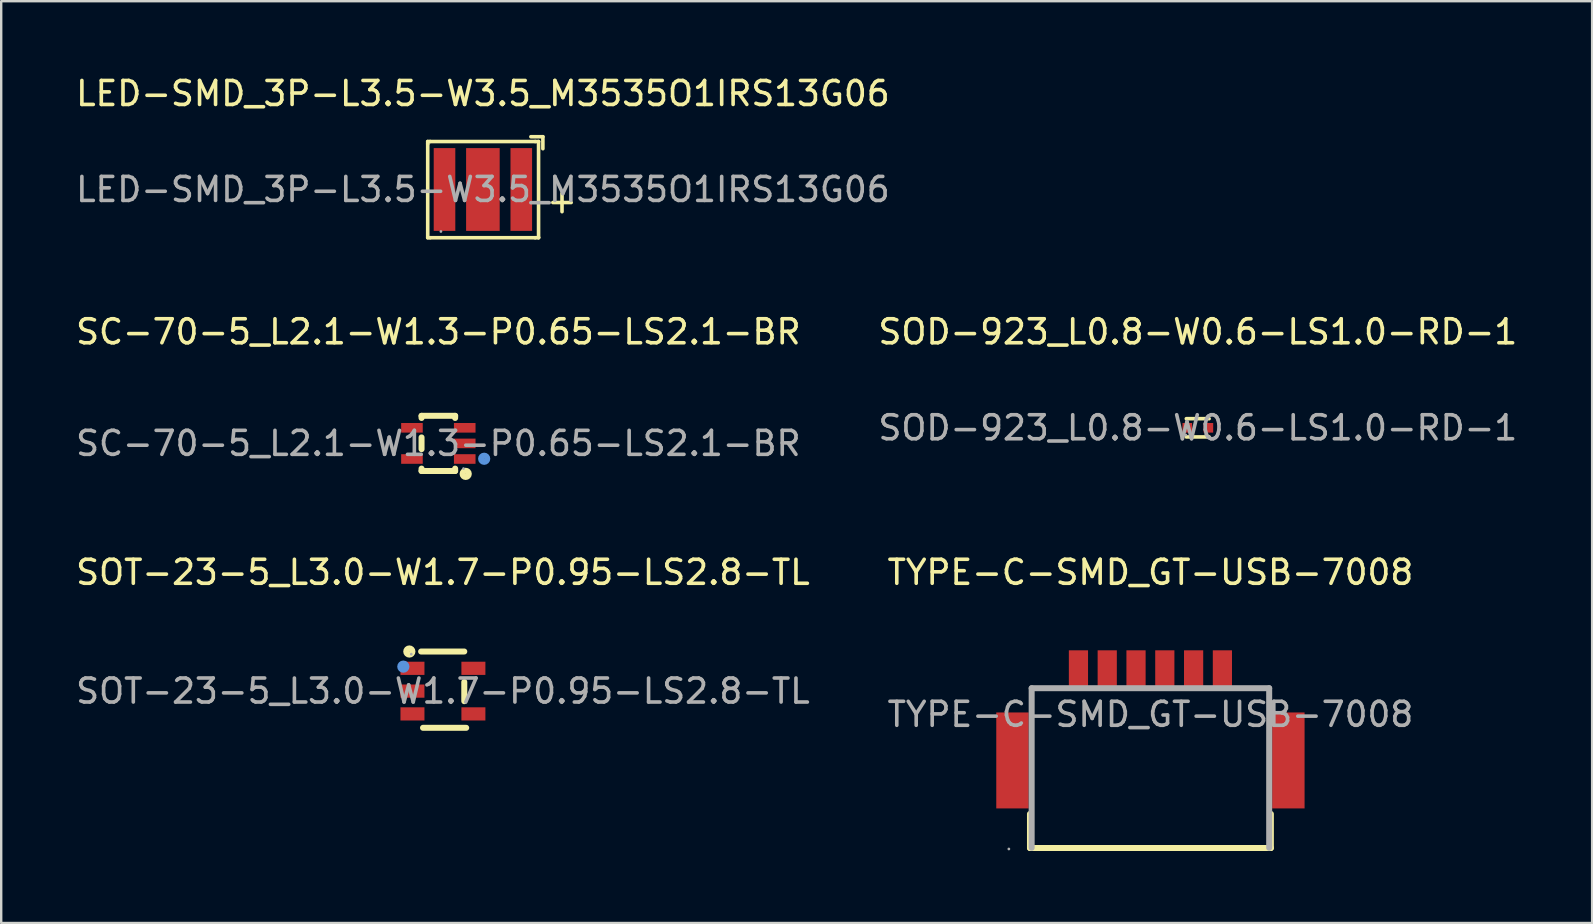
<source format=kicad_pcb>
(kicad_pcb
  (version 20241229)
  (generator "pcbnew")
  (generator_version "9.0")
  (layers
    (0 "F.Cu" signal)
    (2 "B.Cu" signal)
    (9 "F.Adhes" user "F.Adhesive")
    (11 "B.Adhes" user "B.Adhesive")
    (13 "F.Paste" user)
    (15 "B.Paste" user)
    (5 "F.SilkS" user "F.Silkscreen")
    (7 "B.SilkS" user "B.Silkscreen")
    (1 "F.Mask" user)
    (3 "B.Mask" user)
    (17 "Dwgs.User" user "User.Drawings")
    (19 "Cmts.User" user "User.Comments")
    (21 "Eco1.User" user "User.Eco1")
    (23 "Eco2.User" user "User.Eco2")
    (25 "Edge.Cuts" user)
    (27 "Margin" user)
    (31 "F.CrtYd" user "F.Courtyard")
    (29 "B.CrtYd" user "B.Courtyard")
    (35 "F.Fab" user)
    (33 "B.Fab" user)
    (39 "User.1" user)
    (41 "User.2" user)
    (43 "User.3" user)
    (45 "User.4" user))
  (footprint "TYPE-C-SMD_GT-USB-7008"
    (layer "F.Cu")
    (at 44.899 26.725)
    (property "Reference" "TYPE-C-SMD_GT-USB-7008" (at 0 -5.92 0) (layer "F.SilkS") (effects (font (size 1 1) (thickness 0.15))))
    (attr smd)
    (fp_line (start -5.02 5.57) (end -5.02 4.15) (stroke (width 0.25) (type solid)) (layer "F.SilkS"))
    (fp_line (start -5.02 5.57) (end 5.02 5.57) (stroke (width 0.25) (type solid)) (layer "F.SilkS"))
    (fp_line (start 5.02 5.57) (end 5.02 4.15) (stroke (width 0.25) (type solid)) (layer "F.SilkS"))
    (fp_line (start -4.95 -1.09) (end -4.95 5.56) (stroke (width 0.25) (type solid)) (layer "F.Fab"))
    (fp_line (start -4.95 -1.09) (end 4.95 -1.09) (stroke (width 0.25) (type solid)) (layer "F.Fab"))
    (fp_line (start 4.95 -1.09) (end 4.95 5.56) (stroke (width 0.25) (type solid)) (layer "F.Fab"))
    (fp_circle (center -5.9 5.61) (end -5.87 5.61) (stroke (width 0.06) (type solid)) (fill no) (layer "F.Fab"))
    (fp_text user "${REFERENCE}" (at 0 0 0) (layer "F.Fab") (effects (font (size 1 1) (thickness 0.15))))
    (pad "7" smd rect (at -5.75 1.92 270) (size 4 1.35) (layers "F.Cu" "F.Mask" "F.Paste"))
    (pad "8" smd rect (at 5.75 1.92 270) (size 4 1.35) (layers "F.Cu" "F.Mask" "F.Paste"))
    (pad "A5" smd rect (at -0.6 -1.92 180) (size 0.8 1.5) (layers "F.Cu" "F.Mask" "F.Paste"))
    (pad "A9" smd rect (at 1.8 -1.92 180) (size 0.8 1.5) (layers "F.Cu" "F.Mask" "F.Paste"))
    (pad "A12" smd rect (at 3 -1.92 180) (size 0.8 1.5) (layers "F.Cu" "F.Mask" "F.Paste"))
    (pad "B5" smd rect (at 0.6 -1.92 180) (size 0.8 1.5) (layers "F.Cu" "F.Mask" "F.Paste"))
    (pad "B9" smd rect (at -1.8 -1.92 180) (size 0.8 1.5) (layers "F.Cu" "F.Mask" "F.Paste"))
    (pad "B12" smd rect (at -3 -1.92 180) (size 0.8 1.5) (layers "F.Cu" "F.Mask" "F.Paste")))
  (footprint "SOD-923_L0.8-W0.6-LS1.0-RD-1"
    (layer "F.Cu")
    (at 46.875 14.781)
    (property "Reference" "SOD-923_L0.8-W0.6-LS1.0-RD-1" (at 0 -4 0) (layer "F.SilkS") (effects (font (size 1 1) (thickness 0.15))))
    (attr smd)
    (fp_line (start -0.48 -0.38) (end 0.47 -0.38) (stroke (width 0.15) (type solid)) (layer "F.SilkS"))
    (fp_line (start -0.48 0.38) (end 0.47 0.38) (stroke (width 0.15) (type solid)) (layer "F.SilkS"))
    (fp_circle (center -0.5 0.3) (end -0.47 0.3) (stroke (width 0.06) (type solid)) (fill no) (layer "F.Fab"))
    (fp_text user "${REFERENCE}" (at 0 0 0) (layer "F.Fab") (effects (font (size 1 1) (thickness 0.15))))
    (pad "1" smd rect (at -0.44 0 180) (size 0.4 0.4) (layers "F.Cu" "F.Mask" "F.Paste"))
    (pad "2" smd rect (at 0.44 0 180) (size 0.4 0.4) (layers "F.Cu" "F.Mask" "F.Paste")))
  (footprint "LED-SMD_3P-L3.5-W3.5_M3535O1IRS13G06"
    (layer "F.Cu")
    (at 17.077 4.848)
    (property "Reference" "LED-SMD_3P-L3.5-W3.5_M3535O1IRS13G06" (at 0 -4 0) (layer "F.SilkS") (effects (font (size 1 1) (thickness 0.15))))
    (attr smd)
    (fp_line (start -2.3 -2) (end -2.2 -2) (stroke (width 0.15) (type solid)) (layer "F.SilkS"))
    (fp_line (start -2.3 -1.9) (end -2.3 -2) (stroke (width 0.15) (type solid)) (layer "F.SilkS"))
    (fp_line (start -2.3 2.01) (end -2.3 -1.9) (stroke (width 0.15) (type solid)) (layer "F.SilkS"))
    (fp_line (start -2.2 2.01) (end -2.3 2.01) (stroke (width 0.15) (type solid)) (layer "F.SilkS"))
    (fp_line (start -2.2 2.01) (end 2.18 2.01) (stroke (width 0.15) (type solid)) (layer "F.SilkS"))
    (fp_line (start 2 -2.2) (end 2.5 -2.2) (stroke (width 0.15) (type solid)) (layer "F.SilkS"))
    (fp_line (start 2.18 -2) (end -2.2 -2) (stroke (width 0.15) (type solid)) (layer "F.SilkS"))
    (fp_line (start 2.18 -2) (end 2.32 -2) (stroke (width 0.15) (type solid)) (layer "F.SilkS"))
    (fp_line (start 2.32 -2) (end 2.32 2) (stroke (width 0.15) (type solid)) (layer "F.SilkS"))
    (fp_line (start 2.32 2) (end 2.32 2.01) (stroke (width 0.15) (type solid)) (layer "F.SilkS"))
    (fp_line (start 2.32 2.01) (end 2.18 2.01) (stroke (width 0.15) (type solid)) (layer "F.SilkS"))
    (fp_line (start 2.5 -2.2) (end 2.5 -1.7) (stroke (width 0.15) (type solid)) (layer "F.SilkS"))
    (fp_circle (center -1.75 1.75) (end -1.72 1.75) (stroke (width 0.06) (type solid)) (fill no) (layer "F.Fab"))
    (fp_text user "+" (at 2.58 0.47 0) (layer "F.SilkS") (effects (font (size 1 1) (thickness 0.15)) (justify left)))
    (fp_text user "${REFERENCE}" (at 0 0 0) (layer "F.Fab") (effects (font (size 1 1) (thickness 0.15))))
    (pad "1" smd rect (at -1.6 0) (size 0.9 3.45) (layers "F.Cu" "F.Mask" "F.Paste"))
    (pad "2" smd rect (at 1.6 0) (size 0.9 3.45) (layers "F.Cu" "F.Mask" "F.Paste"))
    (pad "3" smd rect (at 0 0) (size 1.4 3.45) (layers "F.Cu" "F.Mask" "F.Paste")))
  (footprint "SOT-23-5_L3.0-W1.7-P0.95-LS2.8-TL"
    (layer "F.Cu")
    (at 15.411 25.755)
    (property "Reference" "SOT-23-5_L3.0-W1.7-P0.95-LS2.8-TL" (at 0 -4.95 0) (layer "F.SilkS") (effects (font (size 1 1) (thickness 0.15))))
    (attr smd)
    (fp_line (start 0.89 -1.65) (end -0.91 -1.65) (stroke (width 0.25) (type solid)) (layer "F.SilkS"))
    (fp_line (start 0.89 -0.38) (end 0.89 0.42) (stroke (width 0.25) (type solid)) (layer "F.SilkS"))
    (fp_line (start 0.97 1.53) (end -0.83 1.53) (stroke (width 0.25) (type solid)) (layer "F.SilkS"))
    (fp_circle (center -1.4 -1.65) (end -1.27 -1.65) (stroke (width 0.25) (type solid)) (fill no) (layer "F.SilkS"))
    (fp_circle (center -1.65 -1.02) (end -1.52 -1.02) (stroke (width 0.25) (type solid)) (fill no) (layer "Cmts.User"))
    (fp_circle (center -1.32 -1.54) (end -1.29 -1.54) (stroke (width 0.06) (type solid)) (fill no) (layer "F.Fab"))
    (fp_text user "${REFERENCE}" (at 0 0 0) (layer "F.Fab") (effects (font (size 1 1) (thickness 0.15))))
    (pad "1" smd rect (at -1.27 -0.95 270) (size 0.55 1) (layers "F.Cu" "F.Mask" "F.Paste"))
    (pad "2" smd rect (at -1.27 0 270) (size 0.55 1) (layers "F.Cu" "F.Mask" "F.Paste"))
    (pad "3" smd rect (at -1.27 0.95 270) (size 0.55 1) (layers "F.Cu" "F.Mask" "F.Paste"))
    (pad "4" smd rect (at 1.27 0.95 270) (size 0.55 1) (layers "F.Cu" "F.Mask" "F.Paste"))
    (pad "5" smd rect (at 1.27 -0.95 270) (size 0.55 1) (layers "F.Cu" "F.Mask" "F.Paste")))
  (footprint "SC-70-5_L2.1-W1.3-P0.65-LS2.1-BR"
    (layer "F.Cu")
    (at 15.22 15.431)
    (property "Reference" "SC-70-5_L2.1-W1.3-P0.65-LS2.1-BR" (at 0 -4.65 0) (layer "F.SilkS") (effects (font (size 1 1) (thickness 0.15))))
    (attr smd)
    (fp_line (start -0.7 -1.15) (end 0.7 -1.15) (stroke (width 0.25) (type solid)) (layer "F.SilkS"))
    (fp_line (start -0.7 -1.06) (end -0.7 -1.15) (stroke (width 0.25) (type solid)) (layer "F.SilkS"))
    (fp_line (start -0.7 0.24) (end -0.7 -0.25) (stroke (width 0.25) (type solid)) (layer "F.SilkS"))
    (fp_line (start -0.7 1.15) (end -0.7 1.05) (stroke (width 0.25) (type solid)) (layer "F.SilkS"))
    (fp_line (start -0.7 1.15) (end 0.7 1.15) (stroke (width 0.25) (type solid)) (layer "F.SilkS"))
    (fp_line (start 0.7 -1.06) (end 0.7 -1.15) (stroke (width 0.25) (type solid)) (layer "F.SilkS"))
    (fp_line (start 0.7 1.15) (end 0.7 1.05) (stroke (width 0.25) (type solid)) (layer "F.SilkS"))
    (fp_circle (center 1.14 1.27) (end 1.27 1.27) (stroke (width 0.25) (type solid)) (fill no) (layer "F.SilkS"))
    (fp_circle (center 1.91 0.64) (end 2.04 0.64) (stroke (width 0.25) (type solid)) (fill no) (layer "Cmts.User"))
    (fp_circle (center 1.05 1.05) (end 1.08 1.05) (stroke (width 0.06) (type solid)) (fill no) (layer "F.Fab"))
    (fp_text user "${REFERENCE}" (at 0 0 0) (layer "F.Fab") (effects (font (size 1 1) (thickness 0.15))))
    (pad "1" smd rect (at 1.1 0.65 90) (size 0.4 0.9) (layers "F.Cu" "F.Mask" "F.Paste"))
    (pad "2" smd rect (at 1.1 0 90) (size 0.4 0.9) (layers "F.Cu" "F.Mask" "F.Paste"))
    (pad "3" smd rect (at 1.1 -0.65 90) (size 0.4 0.9) (layers "F.Cu" "F.Mask" "F.Paste"))
    (pad "4" smd rect (at -1.1 -0.65 90) (size 0.4 0.9) (layers "F.Cu" "F.Mask" "F.Paste"))
    (pad "5" smd rect (at -1.1 0.65 90) (size 0.4 0.9) (layers "F.Cu" "F.Mask" "F.Paste")))
  (gr_rect
    (start -3 -3)
    (end 63.31 35.42)
    (stroke (width 0.1) (type default))
    (fill no)
    (layer "Edge.Cuts")))
</source>
